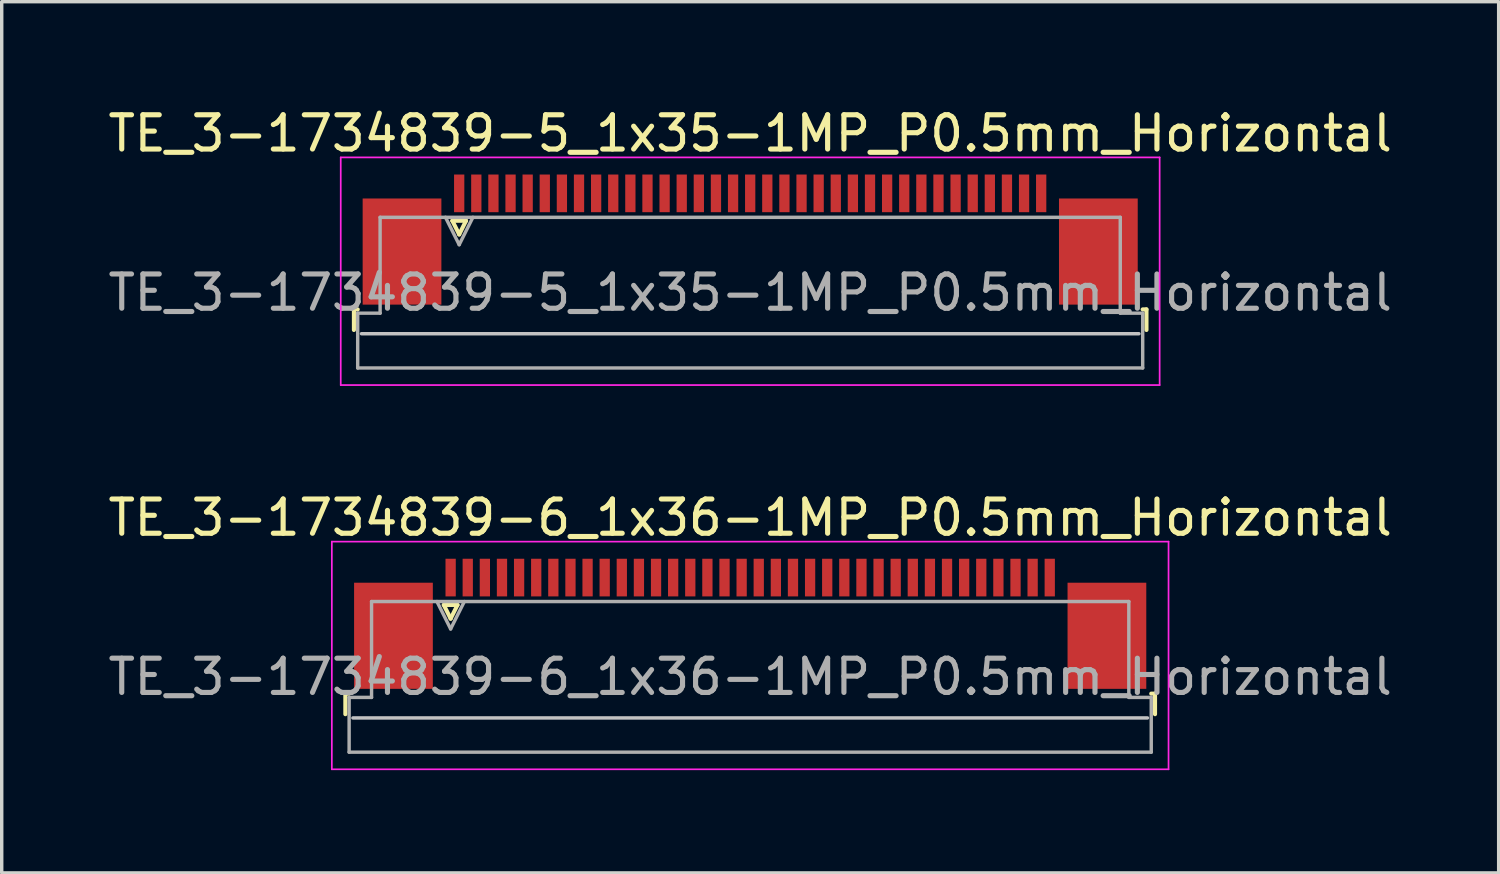
<source format=kicad_pcb>
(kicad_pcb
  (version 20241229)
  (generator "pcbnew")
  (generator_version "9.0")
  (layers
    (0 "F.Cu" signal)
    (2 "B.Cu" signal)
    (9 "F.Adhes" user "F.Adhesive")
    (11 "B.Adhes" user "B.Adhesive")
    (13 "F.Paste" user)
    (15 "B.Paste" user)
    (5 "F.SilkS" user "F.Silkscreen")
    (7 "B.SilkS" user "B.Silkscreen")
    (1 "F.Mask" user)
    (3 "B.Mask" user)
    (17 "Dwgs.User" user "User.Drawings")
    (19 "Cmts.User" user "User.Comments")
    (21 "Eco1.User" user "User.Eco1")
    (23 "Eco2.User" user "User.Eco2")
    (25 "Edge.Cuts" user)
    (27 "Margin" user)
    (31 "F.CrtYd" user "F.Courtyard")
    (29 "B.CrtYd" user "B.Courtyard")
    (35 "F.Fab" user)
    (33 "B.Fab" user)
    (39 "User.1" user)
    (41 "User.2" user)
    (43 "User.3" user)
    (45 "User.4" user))
  (footprint "TE_3-1734839-5_1x35-1MP_P0.5mm_Horizontal"
    (layer "F.Cu")
    (at 18.863 3.948)
    (property "Reference" "TE_3-1734839-5_1x35-1MP_P0.5mm_Horizontal" (at 0 -3.1 0) (layer "F.SilkS") (effects (font (size 1 1) (thickness 0.15))))
    (attr smd)
    (fp_line (start -11.575 2.04) (end -11.575 2.64) (stroke (width 0.12) (type solid)) (layer "F.SilkS"))
    (fp_line (start -11.465 2.04) (end -11.575 2.04) (stroke (width 0.12) (type solid)) (layer "F.SilkS"))
    (fp_line (start -8.7 -0.55) (end -8.5 -0.15) (stroke (width 0.12) (type solid)) (layer "F.SilkS"))
    (fp_line (start -8.5 -0.15) (end -8.3 -0.55) (stroke (width 0.12) (type solid)) (layer "F.SilkS"))
    (fp_line (start -8.3 -0.55) (end -8.7 -0.55) (stroke (width 0.12) (type solid)) (layer "F.SilkS"))
    (fp_line (start 11.465 2.04) (end 11.575 2.04) (stroke (width 0.12) (type solid)) (layer "F.SilkS"))
    (fp_line (start 11.575 2.04) (end 11.575 2.64) (stroke (width 0.12) (type solid)) (layer "F.SilkS"))
    (fp_line (start 11.355 2.75) (end -11.355 2.75) (stroke (width 0.1) (type solid)) (layer "Dwgs.User"))
    (fp_line (start -11.96 -2.4) (end -11.96 4.25) (stroke (width 0.05) (type solid)) (layer "F.CrtYd"))
    (fp_line (start -11.96 4.25) (end 11.96 4.25) (stroke (width 0.05) (type solid)) (layer "F.CrtYd"))
    (fp_line (start 11.96 -2.4) (end -11.96 -2.4) (stroke (width 0.05) (type solid)) (layer "F.CrtYd"))
    (fp_line (start 11.96 4.25) (end 11.96 -2.4) (stroke (width 0.05) (type solid)) (layer "F.CrtYd"))
    (fp_line (start -11.465 2.15) (end -10.81 2.15) (stroke (width 0.1) (type solid)) (layer "F.Fab"))
    (fp_line (start -11.465 3.75) (end -11.465 2.15) (stroke (width 0.1) (type solid)) (layer "F.Fab"))
    (fp_line (start -10.81 -0.65) (end 10.81 -0.65) (stroke (width 0.1) (type solid)) (layer "F.Fab"))
    (fp_line (start -10.81 2.15) (end -10.81 -0.65) (stroke (width 0.1) (type solid)) (layer "F.Fab"))
    (fp_line (start -8.9 -0.65) (end -8.5 0.15) (stroke (width 0.1) (type solid)) (layer "F.Fab"))
    (fp_line (start -8.5 0.15) (end -8.1 -0.65) (stroke (width 0.1) (type solid)) (layer "F.Fab"))
    (fp_line (start 10.81 -0.65) (end 10.81 2.15) (stroke (width 0.1) (type solid)) (layer "F.Fab"))
    (fp_line (start 10.81 2.15) (end 11.465 2.15) (stroke (width 0.1) (type solid)) (layer "F.Fab"))
    (fp_line (start 11.465 2.15) (end 11.465 3.75) (stroke (width 0.1) (type solid)) (layer "F.Fab"))
    (fp_line (start 11.465 3.75) (end -11.465 3.75) (stroke (width 0.1) (type solid)) (layer "F.Fab"))
    (fp_text user "${REFERENCE}" (at 0 1.55 0) (layer "F.Fab") (effects (font (size 1 1) (thickness 0.15))))
    (pad "1" smd rect (at -8.5 -1.35) (size 0.3 1.1) (layers "F.Cu" "F.Mask" "F.Paste"))
    (pad "2" smd rect (at -8 -1.35) (size 0.3 1.1) (layers "F.Cu" "F.Mask" "F.Paste"))
    (pad "3" smd rect (at -7.5 -1.35) (size 0.3 1.1) (layers "F.Cu" "F.Mask" "F.Paste"))
    (pad "4" smd rect (at -7 -1.35) (size 0.3 1.1) (layers "F.Cu" "F.Mask" "F.Paste"))
    (pad "5" smd rect (at -6.5 -1.35) (size 0.3 1.1) (layers "F.Cu" "F.Mask" "F.Paste"))
    (pad "6" smd rect (at -6 -1.35) (size 0.3 1.1) (layers "F.Cu" "F.Mask" "F.Paste"))
    (pad "7" smd rect (at -5.5 -1.35) (size 0.3 1.1) (layers "F.Cu" "F.Mask" "F.Paste"))
    (pad "8" smd rect (at -5 -1.35) (size 0.3 1.1) (layers "F.Cu" "F.Mask" "F.Paste"))
    (pad "9" smd rect (at -4.5 -1.35) (size 0.3 1.1) (layers "F.Cu" "F.Mask" "F.Paste"))
    (pad "10" smd rect (at -4 -1.35) (size 0.3 1.1) (layers "F.Cu" "F.Mask" "F.Paste"))
    (pad "11" smd rect (at -3.5 -1.35) (size 0.3 1.1) (layers "F.Cu" "F.Mask" "F.Paste"))
    (pad "12" smd rect (at -3 -1.35) (size 0.3 1.1) (layers "F.Cu" "F.Mask" "F.Paste"))
    (pad "13" smd rect (at -2.5 -1.35) (size 0.3 1.1) (layers "F.Cu" "F.Mask" "F.Paste"))
    (pad "14" smd rect (at -2 -1.35) (size 0.3 1.1) (layers "F.Cu" "F.Mask" "F.Paste"))
    (pad "15" smd rect (at -1.5 -1.35) (size 0.3 1.1) (layers "F.Cu" "F.Mask" "F.Paste"))
    (pad "16" smd rect (at -1 -1.35) (size 0.3 1.1) (layers "F.Cu" "F.Mask" "F.Paste"))
    (pad "17" smd rect (at -0.5 -1.35) (size 0.3 1.1) (layers "F.Cu" "F.Mask" "F.Paste"))
    (pad "18" smd rect (at 0 -1.35) (size 0.3 1.1) (layers "F.Cu" "F.Mask" "F.Paste"))
    (pad "19" smd rect (at 0.5 -1.35) (size 0.3 1.1) (layers "F.Cu" "F.Mask" "F.Paste"))
    (pad "20" smd rect (at 1 -1.35) (size 0.3 1.1) (layers "F.Cu" "F.Mask" "F.Paste"))
    (pad "21" smd rect (at 1.5 -1.35) (size 0.3 1.1) (layers "F.Cu" "F.Mask" "F.Paste"))
    (pad "22" smd rect (at 2 -1.35) (size 0.3 1.1) (layers "F.Cu" "F.Mask" "F.Paste"))
    (pad "23" smd rect (at 2.5 -1.35) (size 0.3 1.1) (layers "F.Cu" "F.Mask" "F.Paste"))
    (pad "24" smd rect (at 3 -1.35) (size 0.3 1.1) (layers "F.Cu" "F.Mask" "F.Paste"))
    (pad "25" smd rect (at 3.5 -1.35) (size 0.3 1.1) (layers "F.Cu" "F.Mask" "F.Paste"))
    (pad "26" smd rect (at 4 -1.35) (size 0.3 1.1) (layers "F.Cu" "F.Mask" "F.Paste"))
    (pad "27" smd rect (at 4.5 -1.35) (size 0.3 1.1) (layers "F.Cu" "F.Mask" "F.Paste"))
    (pad "28" smd rect (at 5 -1.35) (size 0.3 1.1) (layers "F.Cu" "F.Mask" "F.Paste"))
    (pad "29" smd rect (at 5.5 -1.35) (size 0.3 1.1) (layers "F.Cu" "F.Mask" "F.Paste"))
    (pad "30" smd rect (at 6 -1.35) (size 0.3 1.1) (layers "F.Cu" "F.Mask" "F.Paste"))
    (pad "31" smd rect (at 6.5 -1.35) (size 0.3 1.1) (layers "F.Cu" "F.Mask" "F.Paste"))
    (pad "32" smd rect (at 7 -1.35) (size 0.3 1.1) (layers "F.Cu" "F.Mask" "F.Paste"))
    (pad "33" smd rect (at 7.5 -1.35) (size 0.3 1.1) (layers "F.Cu" "F.Mask" "F.Paste"))
    (pad "34" smd rect (at 8 -1.35) (size 0.3 1.1) (layers "F.Cu" "F.Mask" "F.Paste"))
    (pad "35" smd rect (at 8.5 -1.35) (size 0.3 1.1) (layers "F.Cu" "F.Mask" "F.Paste"))
    (pad "MP" smd rect (at -10.17 0.35) (size 2.3 3.1) (layers "F.Cu" "F.Mask" "F.Paste"))
    (pad "MP" smd rect (at 10.17 0.35) (size 2.3 3.1) (layers "F.Cu" "F.Mask" "F.Paste")))
  (footprint "TE_3-1734839-6_1x36-1MP_P0.5mm_Horizontal"
    (layer "F.Cu")
    (at 18.863 15.171)
    (property "Reference" "TE_3-1734839-6_1x36-1MP_P0.5mm_Horizontal" (at 0 -3.1 0) (layer "F.SilkS") (effects (font (size 1 1) (thickness 0.15))))
    (attr smd)
    (fp_line (start -11.825 2.04) (end -11.825 2.64) (stroke (width 0.12) (type solid)) (layer "F.SilkS"))
    (fp_line (start -11.715 2.04) (end -11.825 2.04) (stroke (width 0.12) (type solid)) (layer "F.SilkS"))
    (fp_line (start -8.95 -0.55) (end -8.75 -0.15) (stroke (width 0.12) (type solid)) (layer "F.SilkS"))
    (fp_line (start -8.75 -0.15) (end -8.55 -0.55) (stroke (width 0.12) (type solid)) (layer "F.SilkS"))
    (fp_line (start -8.55 -0.55) (end -8.95 -0.55) (stroke (width 0.12) (type solid)) (layer "F.SilkS"))
    (fp_line (start 11.715 2.04) (end 11.825 2.04) (stroke (width 0.12) (type solid)) (layer "F.SilkS"))
    (fp_line (start 11.825 2.04) (end 11.825 2.64) (stroke (width 0.12) (type solid)) (layer "F.SilkS"))
    (fp_line (start 11.605 2.75) (end -11.605 2.75) (stroke (width 0.1) (type solid)) (layer "Dwgs.User"))
    (fp_line (start -12.22 -2.4) (end -12.22 4.25) (stroke (width 0.05) (type solid)) (layer "F.CrtYd"))
    (fp_line (start -12.22 4.25) (end 12.22 4.25) (stroke (width 0.05) (type solid)) (layer "F.CrtYd"))
    (fp_line (start 12.22 -2.4) (end -12.22 -2.4) (stroke (width 0.05) (type solid)) (layer "F.CrtYd"))
    (fp_line (start 12.22 4.25) (end 12.22 -2.4) (stroke (width 0.05) (type solid)) (layer "F.CrtYd"))
    (fp_line (start -11.715 2.15) (end -11.06 2.15) (stroke (width 0.1) (type solid)) (layer "F.Fab"))
    (fp_line (start -11.715 3.75) (end -11.715 2.15) (stroke (width 0.1) (type solid)) (layer "F.Fab"))
    (fp_line (start -11.06 -0.65) (end 11.06 -0.65) (stroke (width 0.1) (type solid)) (layer "F.Fab"))
    (fp_line (start -11.06 2.15) (end -11.06 -0.65) (stroke (width 0.1) (type solid)) (layer "F.Fab"))
    (fp_line (start -9.15 -0.65) (end -8.75 0.15) (stroke (width 0.1) (type solid)) (layer "F.Fab"))
    (fp_line (start -8.75 0.15) (end -8.35 -0.65) (stroke (width 0.1) (type solid)) (layer "F.Fab"))
    (fp_line (start 11.06 -0.65) (end 11.06 2.15) (stroke (width 0.1) (type solid)) (layer "F.Fab"))
    (fp_line (start 11.06 2.15) (end 11.715 2.15) (stroke (width 0.1) (type solid)) (layer "F.Fab"))
    (fp_line (start 11.715 2.15) (end 11.715 3.75) (stroke (width 0.1) (type solid)) (layer "F.Fab"))
    (fp_line (start 11.715 3.75) (end -11.715 3.75) (stroke (width 0.1) (type solid)) (layer "F.Fab"))
    (fp_text user "${REFERENCE}" (at 0 1.55 0) (layer "F.Fab") (effects (font (size 1 1) (thickness 0.15))))
    (pad "1" smd rect (at -8.75 -1.35) (size 0.3 1.1) (layers "F.Cu" "F.Mask" "F.Paste"))
    (pad "2" smd rect (at -8.25 -1.35) (size 0.3 1.1) (layers "F.Cu" "F.Mask" "F.Paste"))
    (pad "3" smd rect (at -7.75 -1.35) (size 0.3 1.1) (layers "F.Cu" "F.Mask" "F.Paste"))
    (pad "4" smd rect (at -7.25 -1.35) (size 0.3 1.1) (layers "F.Cu" "F.Mask" "F.Paste"))
    (pad "5" smd rect (at -6.75 -1.35) (size 0.3 1.1) (layers "F.Cu" "F.Mask" "F.Paste"))
    (pad "6" smd rect (at -6.25 -1.35) (size 0.3 1.1) (layers "F.Cu" "F.Mask" "F.Paste"))
    (pad "7" smd rect (at -5.75 -1.35) (size 0.3 1.1) (layers "F.Cu" "F.Mask" "F.Paste"))
    (pad "8" smd rect (at -5.25 -1.35) (size 0.3 1.1) (layers "F.Cu" "F.Mask" "F.Paste"))
    (pad "9" smd rect (at -4.75 -1.35) (size 0.3 1.1) (layers "F.Cu" "F.Mask" "F.Paste"))
    (pad "10" smd rect (at -4.25 -1.35) (size 0.3 1.1) (layers "F.Cu" "F.Mask" "F.Paste"))
    (pad "11" smd rect (at -3.75 -1.35) (size 0.3 1.1) (layers "F.Cu" "F.Mask" "F.Paste"))
    (pad "12" smd rect (at -3.25 -1.35) (size 0.3 1.1) (layers "F.Cu" "F.Mask" "F.Paste"))
    (pad "13" smd rect (at -2.75 -1.35) (size 0.3 1.1) (layers "F.Cu" "F.Mask" "F.Paste"))
    (pad "14" smd rect (at -2.25 -1.35) (size 0.3 1.1) (layers "F.Cu" "F.Mask" "F.Paste"))
    (pad "15" smd rect (at -1.75 -1.35) (size 0.3 1.1) (layers "F.Cu" "F.Mask" "F.Paste"))
    (pad "16" smd rect (at -1.25 -1.35) (size 0.3 1.1) (layers "F.Cu" "F.Mask" "F.Paste"))
    (pad "17" smd rect (at -0.75 -1.35) (size 0.3 1.1) (layers "F.Cu" "F.Mask" "F.Paste"))
    (pad "18" smd rect (at -0.25 -1.35) (size 0.3 1.1) (layers "F.Cu" "F.Mask" "F.Paste"))
    (pad "19" smd rect (at 0.25 -1.35) (size 0.3 1.1) (layers "F.Cu" "F.Mask" "F.Paste"))
    (pad "20" smd rect (at 0.75 -1.35) (size 0.3 1.1) (layers "F.Cu" "F.Mask" "F.Paste"))
    (pad "21" smd rect (at 1.25 -1.35) (size 0.3 1.1) (layers "F.Cu" "F.Mask" "F.Paste"))
    (pad "22" smd rect (at 1.75 -1.35) (size 0.3 1.1) (layers "F.Cu" "F.Mask" "F.Paste"))
    (pad "23" smd rect (at 2.25 -1.35) (size 0.3 1.1) (layers "F.Cu" "F.Mask" "F.Paste"))
    (pad "24" smd rect (at 2.75 -1.35) (size 0.3 1.1) (layers "F.Cu" "F.Mask" "F.Paste"))
    (pad "25" smd rect (at 3.25 -1.35) (size 0.3 1.1) (layers "F.Cu" "F.Mask" "F.Paste"))
    (pad "26" smd rect (at 3.75 -1.35) (size 0.3 1.1) (layers "F.Cu" "F.Mask" "F.Paste"))
    (pad "27" smd rect (at 4.25 -1.35) (size 0.3 1.1) (layers "F.Cu" "F.Mask" "F.Paste"))
    (pad "28" smd rect (at 4.75 -1.35) (size 0.3 1.1) (layers "F.Cu" "F.Mask" "F.Paste"))
    (pad "29" smd rect (at 5.25 -1.35) (size 0.3 1.1) (layers "F.Cu" "F.Mask" "F.Paste"))
    (pad "30" smd rect (at 5.75 -1.35) (size 0.3 1.1) (layers "F.Cu" "F.Mask" "F.Paste"))
    (pad "31" smd rect (at 6.25 -1.35) (size 0.3 1.1) (layers "F.Cu" "F.Mask" "F.Paste"))
    (pad "32" smd rect (at 6.75 -1.35) (size 0.3 1.1) (layers "F.Cu" "F.Mask" "F.Paste"))
    (pad "33" smd rect (at 7.25 -1.35) (size 0.3 1.1) (layers "F.Cu" "F.Mask" "F.Paste"))
    (pad "34" smd rect (at 7.75 -1.35) (size 0.3 1.1) (layers "F.Cu" "F.Mask" "F.Paste"))
    (pad "35" smd rect (at 8.25 -1.35) (size 0.3 1.1) (layers "F.Cu" "F.Mask" "F.Paste"))
    (pad "36" smd rect (at 8.75 -1.35) (size 0.3 1.1) (layers "F.Cu" "F.Mask" "F.Paste"))
    (pad "MP" smd rect (at -10.42 0.35) (size 2.3 3.1) (layers "F.Cu" "F.Mask" "F.Paste"))
    (pad "MP" smd rect (at 10.42 0.35) (size 2.3 3.1) (layers "F.Cu" "F.Mask" "F.Paste")))
  (gr_rect
    (start -3 -3)
    (end 40.726 22.447)
    (stroke (width 0.1) (type default))
    (fill no)
    (layer "Edge.Cuts")))
</source>
